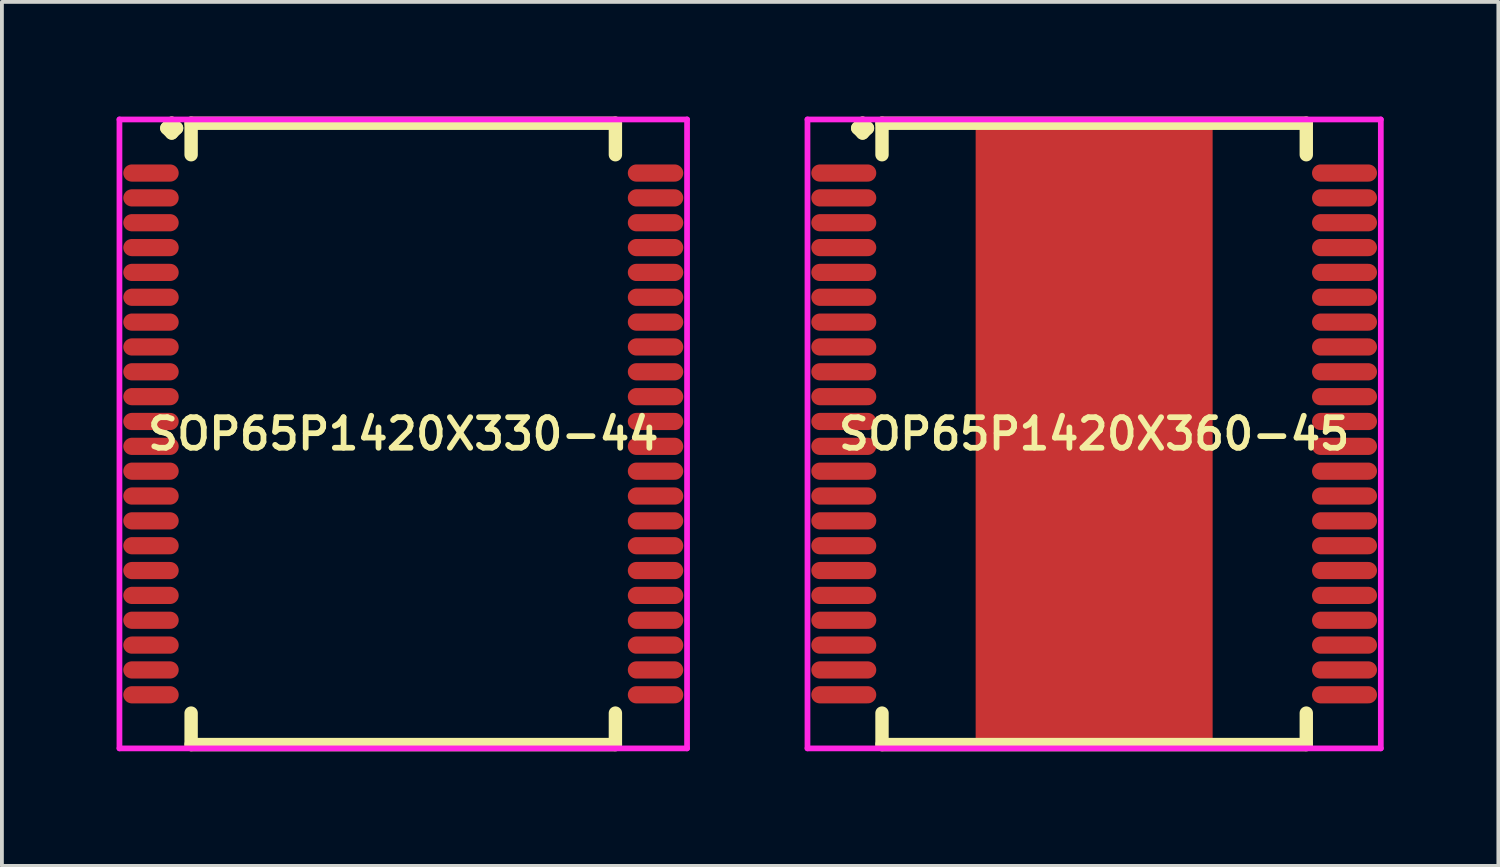
<source format=kicad_pcb>
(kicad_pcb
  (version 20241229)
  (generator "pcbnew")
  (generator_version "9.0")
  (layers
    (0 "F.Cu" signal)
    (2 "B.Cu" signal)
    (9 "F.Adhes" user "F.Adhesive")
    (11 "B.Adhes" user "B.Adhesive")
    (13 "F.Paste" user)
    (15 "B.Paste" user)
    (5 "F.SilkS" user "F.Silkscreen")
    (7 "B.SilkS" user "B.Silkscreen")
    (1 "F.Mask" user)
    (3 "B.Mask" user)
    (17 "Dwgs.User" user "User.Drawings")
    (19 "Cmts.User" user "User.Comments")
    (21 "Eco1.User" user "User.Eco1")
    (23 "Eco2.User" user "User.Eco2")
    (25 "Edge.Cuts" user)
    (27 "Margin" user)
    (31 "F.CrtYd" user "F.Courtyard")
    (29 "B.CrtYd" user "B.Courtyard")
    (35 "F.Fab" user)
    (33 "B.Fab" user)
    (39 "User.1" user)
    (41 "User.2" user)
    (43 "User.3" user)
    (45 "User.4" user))
  (footprint "SOP65P1420X360-45"
    (layer "F.Cu")
    (at 25.575 8.302)
    (property "Reference" "SOP65P1420X360-45" (at 0 0 0) (layer "F.SilkS") (effects (font (size 0.8 0.8) (thickness 0.15))))
    (attr smd)
    (fp_line (start -6.185 -8) (end -6.058 -8.127) (stroke (width 0.35) (type solid)) (layer "F.SilkS"))
    (fp_line (start -6.058 -8.127) (end -5.931 -8) (stroke (width 0.35) (type solid)) (layer "F.SilkS"))
    (fp_line (start -6.058 -7.873) (end -6.185 -8) (stroke (width 0.35) (type solid)) (layer "F.SilkS"))
    (fp_line (start -5.931 -8) (end -6.058 -7.873) (stroke (width 0.35) (type solid)) (layer "F.SilkS"))
    (fp_line (start -5.55 -8.127) (end 5.55 -8.127) (stroke (width 0.35) (type solid)) (layer "F.SilkS"))
    (fp_line (start -5.55 -7.304) (end -5.55 -8.127) (stroke (width 0.35) (type solid)) (layer "F.SilkS"))
    (fp_line (start -5.55 7.304) (end -5.55 8.127) (stroke (width 0.35) (type solid)) (layer "F.SilkS"))
    (fp_line (start -5.55 8.127) (end 5.55 8.127) (stroke (width 0.35) (type solid)) (layer "F.SilkS"))
    (fp_line (start 5.55 -8.127) (end 5.55 -7.304) (stroke (width 0.35) (type solid)) (layer "F.SilkS"))
    (fp_line (start 5.55 8.127) (end 5.55 7.304) (stroke (width 0.35) (type solid)) (layer "F.SilkS"))
    (fp_line (start -7.5 -8.227) (end 7.5 -8.227) (stroke (width 0.15) (type solid)) (layer "F.CrtYd"))
    (fp_line (start -7.5 8.227) (end -7.5 -8.227) (stroke (width 0.15) (type solid)) (layer "F.CrtYd"))
    (fp_line (start 7.5 -8.227) (end 7.5 8.227) (stroke (width 0.15) (type solid)) (layer "F.CrtYd"))
    (fp_line (start 7.5 8.227) (end -7.5 8.227) (stroke (width 0.15) (type solid)) (layer "F.CrtYd"))
    (pad "1" smd oval (at -6.55 -6.825) (size 1.7 0.45) (layers "F.Cu" "F.Mask" "F.Paste"))
    (pad "2" smd oval (at -6.55 -6.175) (size 1.7 0.45) (layers "F.Cu" "F.Mask" "F.Paste"))
    (pad "3" smd oval (at -6.55 -5.525) (size 1.7 0.45) (layers "F.Cu" "F.Mask" "F.Paste"))
    (pad "4" smd oval (at -6.55 -4.875) (size 1.7 0.45) (layers "F.Cu" "F.Mask" "F.Paste"))
    (pad "5" smd oval (at -6.55 -4.225) (size 1.7 0.45) (layers "F.Cu" "F.Mask" "F.Paste"))
    (pad "6" smd oval (at -6.55 -3.575) (size 1.7 0.45) (layers "F.Cu" "F.Mask" "F.Paste"))
    (pad "7" smd oval (at -6.55 -2.925) (size 1.7 0.45) (layers "F.Cu" "F.Mask" "F.Paste"))
    (pad "8" smd oval (at -6.55 -2.275) (size 1.7 0.45) (layers "F.Cu" "F.Mask" "F.Paste"))
    (pad "9" smd oval (at -6.55 -1.625) (size 1.7 0.45) (layers "F.Cu" "F.Mask" "F.Paste"))
    (pad "10" smd oval (at -6.55 -0.975) (size 1.7 0.45) (layers "F.Cu" "F.Mask" "F.Paste"))
    (pad "11" smd oval (at -6.55 -0.325) (size 1.7 0.45) (layers "F.Cu" "F.Mask" "F.Paste"))
    (pad "12" smd oval (at -6.55 0.325) (size 1.7 0.45) (layers "F.Cu" "F.Mask" "F.Paste"))
    (pad "13" smd oval (at -6.55 0.975) (size 1.7 0.45) (layers "F.Cu" "F.Mask" "F.Paste"))
    (pad "14" smd oval (at -6.55 1.625) (size 1.7 0.45) (layers "F.Cu" "F.Mask" "F.Paste"))
    (pad "15" smd oval (at -6.55 2.275) (size 1.7 0.45) (layers "F.Cu" "F.Mask" "F.Paste"))
    (pad "16" smd oval (at -6.55 2.925) (size 1.7 0.45) (layers "F.Cu" "F.Mask" "F.Paste"))
    (pad "17" smd oval (at -6.55 3.575) (size 1.7 0.45) (layers "F.Cu" "F.Mask" "F.Paste"))
    (pad "18" smd oval (at -6.55 4.225) (size 1.7 0.45) (layers "F.Cu" "F.Mask" "F.Paste"))
    (pad "19" smd oval (at -6.55 4.875) (size 1.7 0.45) (layers "F.Cu" "F.Mask" "F.Paste"))
    (pad "20" smd oval (at -6.55 5.525) (size 1.7 0.45) (layers "F.Cu" "F.Mask" "F.Paste"))
    (pad "21" smd oval (at -6.55 6.175) (size 1.7 0.45) (layers "F.Cu" "F.Mask" "F.Paste"))
    (pad "22" smd oval (at -6.55 6.825) (size 1.7 0.45) (layers "F.Cu" "F.Mask" "F.Paste"))
    (pad "23" smd oval (at 6.55 6.825) (size 1.7 0.45) (layers "F.Cu" "F.Mask" "F.Paste"))
    (pad "24" smd oval (at 6.55 6.175) (size 1.7 0.45) (layers "F.Cu" "F.Mask" "F.Paste"))
    (pad "25" smd oval (at 6.55 5.525) (size 1.7 0.45) (layers "F.Cu" "F.Mask" "F.Paste"))
    (pad "26" smd oval (at 6.55 4.875) (size 1.7 0.45) (layers "F.Cu" "F.Mask" "F.Paste"))
    (pad "27" smd oval (at 6.55 4.225) (size 1.7 0.45) (layers "F.Cu" "F.Mask" "F.Paste"))
    (pad "28" smd oval (at 6.55 3.575) (size 1.7 0.45) (layers "F.Cu" "F.Mask" "F.Paste"))
    (pad "29" smd oval (at 6.55 2.925) (size 1.7 0.45) (layers "F.Cu" "F.Mask" "F.Paste"))
    (pad "30" smd oval (at 6.55 2.275) (size 1.7 0.45) (layers "F.Cu" "F.Mask" "F.Paste"))
    (pad "31" smd oval (at 6.55 1.625) (size 1.7 0.45) (layers "F.Cu" "F.Mask" "F.Paste"))
    (pad "32" smd oval (at 6.55 0.975) (size 1.7 0.45) (layers "F.Cu" "F.Mask" "F.Paste"))
    (pad "33" smd oval (at 6.55 0.325) (size 1.7 0.45) (layers "F.Cu" "F.Mask" "F.Paste"))
    (pad "34" smd oval (at 6.55 -0.325) (size 1.7 0.45) (layers "F.Cu" "F.Mask" "F.Paste"))
    (pad "35" smd oval (at 6.55 -0.975) (size 1.7 0.45) (layers "F.Cu" "F.Mask" "F.Paste"))
    (pad "36" smd oval (at 6.55 -1.625) (size 1.7 0.45) (layers "F.Cu" "F.Mask" "F.Paste"))
    (pad "37" smd oval (at 6.55 -2.275) (size 1.7 0.45) (layers "F.Cu" "F.Mask" "F.Paste"))
    (pad "38" smd oval (at 6.55 -2.925) (size 1.7 0.45) (layers "F.Cu" "F.Mask" "F.Paste"))
    (pad "39" smd oval (at 6.55 -3.575) (size 1.7 0.45) (layers "F.Cu" "F.Mask" "F.Paste"))
    (pad "40" smd oval (at 6.55 -4.225) (size 1.7 0.45) (layers "F.Cu" "F.Mask" "F.Paste"))
    (pad "41" smd oval (at 6.55 -4.875) (size 1.7 0.45) (layers "F.Cu" "F.Mask" "F.Paste"))
    (pad "42" smd oval (at 6.55 -5.525) (size 1.7 0.45) (layers "F.Cu" "F.Mask" "F.Paste"))
    (pad "43" smd oval (at 6.55 -6.175) (size 1.7 0.45) (layers "F.Cu" "F.Mask" "F.Paste"))
    (pad "44" smd oval (at 6.55 -6.825) (size 1.7 0.45) (layers "F.Cu" "F.Mask" "F.Paste"))
    (pad "45" smd rect (at 0 0) (size 6.2 16) (layers "F.Cu" "F.Mask" "F.Paste")))
  (footprint "SOP65P1420X330-44"
    (layer "F.Cu")
    (at 7.5 8.302)
    (property "Reference" "SOP65P1420X330-44" (at 0 0 0) (layer "F.SilkS") (effects (font (size 0.8 0.8) (thickness 0.15))))
    (attr smd)
    (fp_line (start -6.185 -8) (end -6.058 -8.127) (stroke (width 0.35) (type solid)) (layer "F.SilkS"))
    (fp_line (start -6.058 -8.127) (end -5.931 -8) (stroke (width 0.35) (type solid)) (layer "F.SilkS"))
    (fp_line (start -6.058 -7.873) (end -6.185 -8) (stroke (width 0.35) (type solid)) (layer "F.SilkS"))
    (fp_line (start -5.931 -8) (end -6.058 -7.873) (stroke (width 0.35) (type solid)) (layer "F.SilkS"))
    (fp_line (start -5.55 -8.127) (end 5.55 -8.127) (stroke (width 0.35) (type solid)) (layer "F.SilkS"))
    (fp_line (start -5.55 -7.304) (end -5.55 -8.127) (stroke (width 0.35) (type solid)) (layer "F.SilkS"))
    (fp_line (start -5.55 7.304) (end -5.55 8.127) (stroke (width 0.35) (type solid)) (layer "F.SilkS"))
    (fp_line (start -5.55 8.127) (end 5.55 8.127) (stroke (width 0.35) (type solid)) (layer "F.SilkS"))
    (fp_line (start 5.55 -8.127) (end 5.55 -7.304) (stroke (width 0.35) (type solid)) (layer "F.SilkS"))
    (fp_line (start 5.55 8.127) (end 5.55 7.304) (stroke (width 0.35) (type solid)) (layer "F.SilkS"))
    (fp_line (start -7.425 -8.227) (end 7.425 -8.227) (stroke (width 0.15) (type solid)) (layer "F.CrtYd"))
    (fp_line (start -7.425 8.227) (end -7.425 -8.227) (stroke (width 0.15) (type solid)) (layer "F.CrtYd"))
    (fp_line (start 7.425 -8.227) (end 7.425 8.227) (stroke (width 0.15) (type solid)) (layer "F.CrtYd"))
    (fp_line (start 7.425 8.227) (end -7.425 8.227) (stroke (width 0.15) (type solid)) (layer "F.CrtYd"))
    (pad "1" smd oval (at -6.6 -6.825) (size 1.45 0.45) (layers "F.Cu" "F.Mask" "F.Paste"))
    (pad "2" smd oval (at -6.6 -6.175) (size 1.45 0.45) (layers "F.Cu" "F.Mask" "F.Paste"))
    (pad "3" smd oval (at -6.6 -5.525) (size 1.45 0.45) (layers "F.Cu" "F.Mask" "F.Paste"))
    (pad "4" smd oval (at -6.6 -4.875) (size 1.45 0.45) (layers "F.Cu" "F.Mask" "F.Paste"))
    (pad "5" smd oval (at -6.6 -4.225) (size 1.45 0.45) (layers "F.Cu" "F.Mask" "F.Paste"))
    (pad "6" smd oval (at -6.6 -3.575) (size 1.45 0.45) (layers "F.Cu" "F.Mask" "F.Paste"))
    (pad "7" smd oval (at -6.6 -2.925) (size 1.45 0.45) (layers "F.Cu" "F.Mask" "F.Paste"))
    (pad "8" smd oval (at -6.6 -2.275) (size 1.45 0.45) (layers "F.Cu" "F.Mask" "F.Paste"))
    (pad "9" smd oval (at -6.6 -1.625) (size 1.45 0.45) (layers "F.Cu" "F.Mask" "F.Paste"))
    (pad "10" smd oval (at -6.6 -0.975) (size 1.45 0.45) (layers "F.Cu" "F.Mask" "F.Paste"))
    (pad "11" smd oval (at -6.6 -0.325) (size 1.45 0.45) (layers "F.Cu" "F.Mask" "F.Paste"))
    (pad "12" smd oval (at -6.6 0.325) (size 1.45 0.45) (layers "F.Cu" "F.Mask" "F.Paste"))
    (pad "13" smd oval (at -6.6 0.975) (size 1.45 0.45) (layers "F.Cu" "F.Mask" "F.Paste"))
    (pad "14" smd oval (at -6.6 1.625) (size 1.45 0.45) (layers "F.Cu" "F.Mask" "F.Paste"))
    (pad "15" smd oval (at -6.6 2.275) (size 1.45 0.45) (layers "F.Cu" "F.Mask" "F.Paste"))
    (pad "16" smd oval (at -6.6 2.925) (size 1.45 0.45) (layers "F.Cu" "F.Mask" "F.Paste"))
    (pad "17" smd oval (at -6.6 3.575) (size 1.45 0.45) (layers "F.Cu" "F.Mask" "F.Paste"))
    (pad "18" smd oval (at -6.6 4.225) (size 1.45 0.45) (layers "F.Cu" "F.Mask" "F.Paste"))
    (pad "19" smd oval (at -6.6 4.875) (size 1.45 0.45) (layers "F.Cu" "F.Mask" "F.Paste"))
    (pad "20" smd oval (at -6.6 5.525) (size 1.45 0.45) (layers "F.Cu" "F.Mask" "F.Paste"))
    (pad "21" smd oval (at -6.6 6.175) (size 1.45 0.45) (layers "F.Cu" "F.Mask" "F.Paste"))
    (pad "22" smd oval (at -6.6 6.825) (size 1.45 0.45) (layers "F.Cu" "F.Mask" "F.Paste"))
    (pad "23" smd oval (at 6.6 6.825) (size 1.45 0.45) (layers "F.Cu" "F.Mask" "F.Paste"))
    (pad "24" smd oval (at 6.6 6.175) (size 1.45 0.45) (layers "F.Cu" "F.Mask" "F.Paste"))
    (pad "25" smd oval (at 6.6 5.525) (size 1.45 0.45) (layers "F.Cu" "F.Mask" "F.Paste"))
    (pad "26" smd oval (at 6.6 4.875) (size 1.45 0.45) (layers "F.Cu" "F.Mask" "F.Paste"))
    (pad "27" smd oval (at 6.6 4.225) (size 1.45 0.45) (layers "F.Cu" "F.Mask" "F.Paste"))
    (pad "28" smd oval (at 6.6 3.575) (size 1.45 0.45) (layers "F.Cu" "F.Mask" "F.Paste"))
    (pad "29" smd oval (at 6.6 2.925) (size 1.45 0.45) (layers "F.Cu" "F.Mask" "F.Paste"))
    (pad "30" smd oval (at 6.6 2.275) (size 1.45 0.45) (layers "F.Cu" "F.Mask" "F.Paste"))
    (pad "31" smd oval (at 6.6 1.625) (size 1.45 0.45) (layers "F.Cu" "F.Mask" "F.Paste"))
    (pad "32" smd oval (at 6.6 0.975) (size 1.45 0.45) (layers "F.Cu" "F.Mask" "F.Paste"))
    (pad "33" smd oval (at 6.6 0.325) (size 1.45 0.45) (layers "F.Cu" "F.Mask" "F.Paste"))
    (pad "34" smd oval (at 6.6 -0.325) (size 1.45 0.45) (layers "F.Cu" "F.Mask" "F.Paste"))
    (pad "35" smd oval (at 6.6 -0.975) (size 1.45 0.45) (layers "F.Cu" "F.Mask" "F.Paste"))
    (pad "36" smd oval (at 6.6 -1.625) (size 1.45 0.45) (layers "F.Cu" "F.Mask" "F.Paste"))
    (pad "37" smd oval (at 6.6 -2.275) (size 1.45 0.45) (layers "F.Cu" "F.Mask" "F.Paste"))
    (pad "38" smd oval (at 6.6 -2.925) (size 1.45 0.45) (layers "F.Cu" "F.Mask" "F.Paste"))
    (pad "39" smd oval (at 6.6 -3.575) (size 1.45 0.45) (layers "F.Cu" "F.Mask" "F.Paste"))
    (pad "40" smd oval (at 6.6 -4.225) (size 1.45 0.45) (layers "F.Cu" "F.Mask" "F.Paste"))
    (pad "41" smd oval (at 6.6 -4.875) (size 1.45 0.45) (layers "F.Cu" "F.Mask" "F.Paste"))
    (pad "42" smd oval (at 6.6 -5.525) (size 1.45 0.45) (layers "F.Cu" "F.Mask" "F.Paste"))
    (pad "43" smd oval (at 6.6 -6.175) (size 1.45 0.45) (layers "F.Cu" "F.Mask" "F.Paste"))
    (pad "44" smd oval (at 6.6 -6.825) (size 1.45 0.45) (layers "F.Cu" "F.Mask" "F.Paste")))
  (gr_rect
    (start -3 -3)
    (end 36.15 19.604)
    (stroke (width 0.1) (type default))
    (fill no)
    (layer "Edge.Cuts")))
</source>
